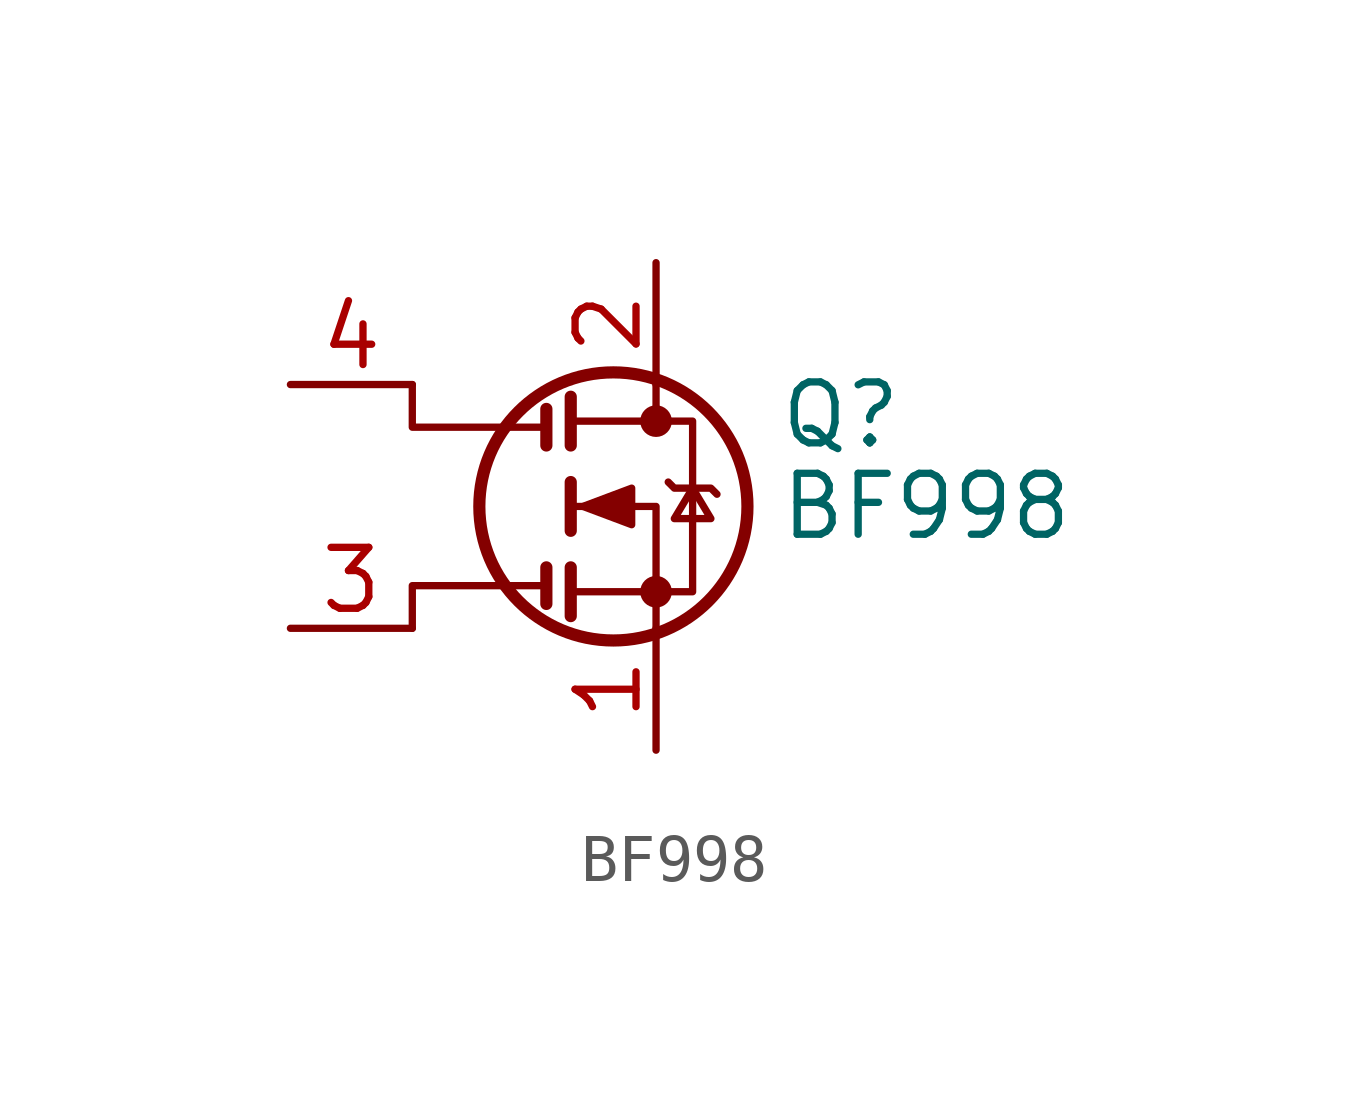
<source format=kicad_sym>
(kicad_symbol_lib
  (version 20211014)
  (generator kicad_symbol_editor)
  (symbol "BF998"
    (pin_names hide)
    (property "Reference" "Q"
      (at 5.08 1.905 0)
      (effects (font (size 1.27 1.27)) (justify left)))
    (property "Value" "BF998"
      (at 5.08 0 0)
      (effects (font (size 1.27 1.27)) (justify left)))
    (symbol "BF998_0_1"
      (polyline (pts (xy 0.254 -2.032) (xy 0.254 -1.27)) (stroke (width 0.254) (type default) (color 0 0 0 0)) (fill (type none)))
      (polyline (pts (xy 0.254 2.032) (xy 0.254 1.27)) (stroke (width 0.254) (type default) (color 0 0 0 0)) (fill (type none)))
      (polyline (pts (xy 0.762 -1.27) (xy 0.762 -2.286)) (stroke (width 0.254) (type default) (color 0 0 0 0)) (fill (type none)))
      (polyline (pts (xy 0.762 0.508) (xy 0.762 -0.508)) (stroke (width 0.254) (type default) (color 0 0 0 0)) (fill (type none)))
      (polyline (pts (xy 0.762 2.286) (xy 0.762 1.27)) (stroke (width 0.254) (type default) (color 0 0 0 0)) (fill (type none)))
      (polyline (pts (xy 2.54 2.54) (xy 2.54 1.778)) (stroke (width 0) (type default) (color 0 0 0 0)) (fill (type none)))
      (polyline (pts (xy 0.254 -1.651) (xy -2.54 -1.651) (xy -2.54 -2.54)) (stroke (width 0) (type default) (color 0 0 0 0)) (fill (type none)))
      (polyline (pts (xy 0.254 1.651) (xy -2.54 1.651) (xy -2.54 2.54)) (stroke (width 0) (type default) (color 0 0 0 0)) (fill (type none)))
      (polyline (pts (xy 2.54 -2.54) (xy 2.54 0) (xy 0.762 0)) (stroke (width 0) (type default) (color 0 0 0 0)) (fill (type none)))
      (polyline (pts (xy 0.762 -1.778) (xy 3.302 -1.778) (xy 3.302 1.778) (xy 0.762 1.778)) (stroke (width 0) (type default) (color 0 0 0 0)) (fill (type none)))
      (polyline (pts (xy 1.016 0) (xy 2.032 0.381) (xy 2.032 -0.381) (xy 1.016 0)) (stroke (width 0) (type default) (color 0 0 0 0)) (fill (type outline)))
      (polyline (pts (xy 2.794 0.508) (xy 2.921 0.381) (xy 3.683 0.381) (xy 3.81 0.254)) (stroke (width 0) (type default) (color 0 0 0 0)) (fill (type none)))
      (polyline (pts (xy 3.302 0.381) (xy 2.921 -0.254) (xy 3.683 -0.254) (xy 3.302 0.381)) (stroke (width 0) (type default) (color 0 0 0 0)) (fill (type none)))
      (circle (center 1.651 0) (radius 2.794) (stroke (width 0.254) (type default) (color 0 0 0 0)) (fill (type none)))
      (circle (center 2.54 -1.778) (radius 0.254) (stroke (width 0) (type default) (color 0 0 0 0)) (fill (type outline)))
      (circle (center 2.54 1.778) (radius 0.254) (stroke (width 0) (type default) (color 0 0 0 0)) (fill (type outline))))
    (symbol "BF998_1_1"
      (pin passive line (at 2.54 -5.08 90) (length 2.54) (name "S" (effects (font (size 1.27 1.27)))) (number "1" (effects (font (size 1.27 1.27)))))
      (pin passive line (at 2.54 5.08 270) (length 2.54) (name "D" (effects (font (size 1.27 1.27)))) (number "2" (effects (font (size 1.27 1.27)))))
      (pin passive line (at -5.08 -2.54 0) (length 2.54) (name "G2" (effects (font (size 1.27 1.27)))) (number "3" (effects (font (size 1.27 1.27)))))
      (pin passive line (at -5.08 2.54 0) (length 2.54) (name "G1" (effects (font (size 1.27 1.27)))) (number "4" (effects (font (size 1.27 1.27))))))))
</source>
